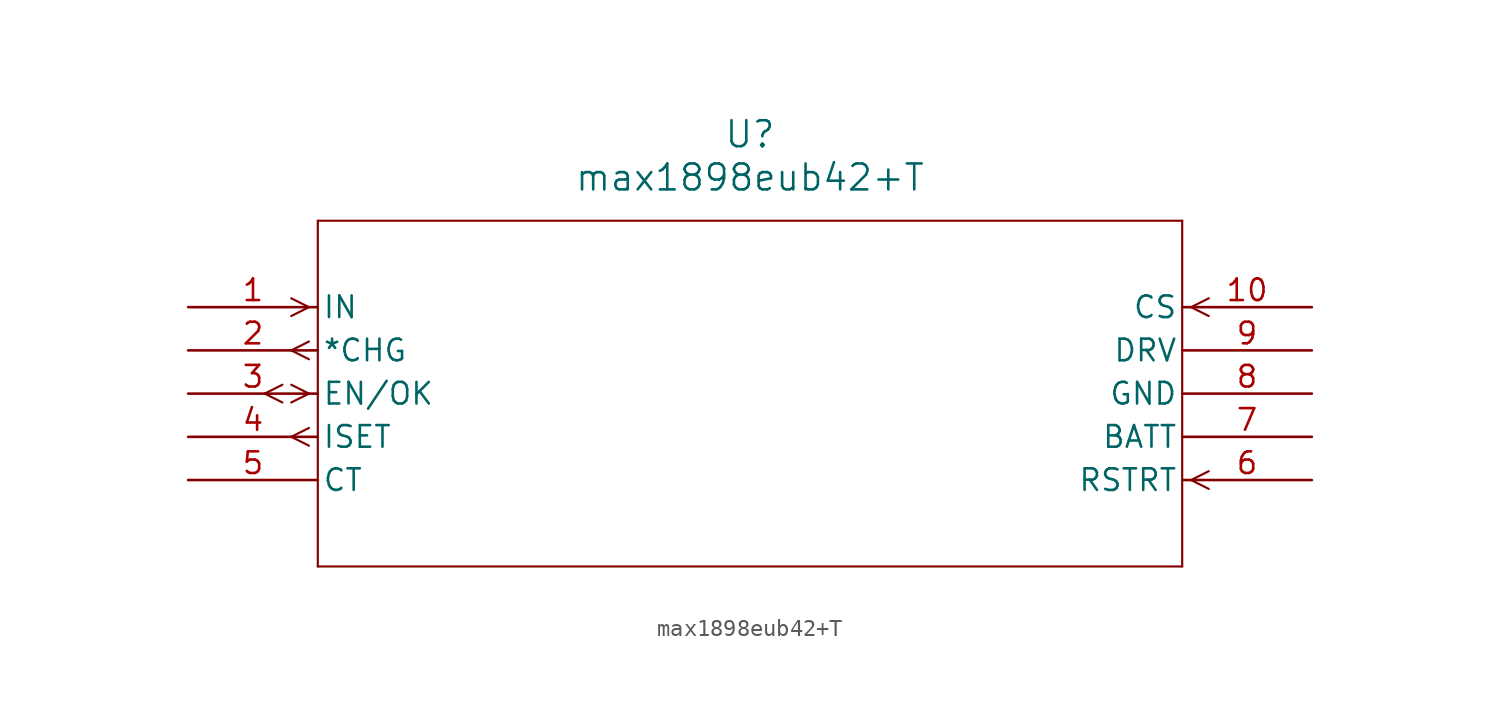
<source format=kicad_sym>
(kicad_symbol_lib
  (version 20211014)
  (generator kicad_symbol_editor)
  (symbol "max1898eub42+T"
    (pin_names
      (offset 0.254))
    (property "Reference" "U"
      (at 33.02 10.16 0)
      (effects (font (size 1.524 1.524))))
    (property "Value" "max1898eub42+T"
      (at 33.02 7.62 0)
      (effects (font (size 1.524 1.524))))
    (symbol "max1898eub42+T_0_1"
      (polyline (pts (xy 7.099 0) (xy 6.058 0.521)) (stroke (width 0.127) (type default) (color 0 0 0 0)) (fill (type none)))
      (polyline (pts (xy 7.099 0) (xy 6.058 -0.521)) (stroke (width 0.127) (type default) (color 0 0 0 0)) (fill (type none)))
      (polyline (pts (xy 7.099 -2.019) (xy 6.058 -2.54)) (stroke (width 0.127) (type default) (color 0 0 0 0)) (fill (type none)))
      (polyline (pts (xy 7.099 -3.061) (xy 6.058 -2.54)) (stroke (width 0.127) (type default) (color 0 0 0 0)) (fill (type none)))
      (polyline (pts (xy 7.099 -5.08) (xy 6.058 -4.559)) (stroke (width 0.127) (type default) (color 0 0 0 0)) (fill (type none)))
      (polyline (pts (xy 7.099 -5.08) (xy 6.058 -5.601)) (stroke (width 0.127) (type default) (color 0 0 0 0)) (fill (type none)))
      (polyline (pts (xy 5.537 -4.559) (xy 4.496 -5.08)) (stroke (width 0.127) (type default) (color 0 0 0 0)) (fill (type none)))
      (polyline (pts (xy 5.537 -5.601) (xy 4.496 -5.08)) (stroke (width 0.127) (type default) (color 0 0 0 0)) (fill (type none)))
      (polyline (pts (xy 7.099 -7.099) (xy 6.058 -7.62)) (stroke (width 0.127) (type default) (color 0 0 0 0)) (fill (type none)))
      (polyline (pts (xy 7.099 -8.141) (xy 6.058 -7.62)) (stroke (width 0.127) (type default) (color 0 0 0 0)) (fill (type none)))
      (polyline (pts (xy 58.941 -10.16) (xy 59.982 -9.639)) (stroke (width 0.127) (type default) (color 0 0 0 0)) (fill (type none)))
      (polyline (pts (xy 58.941 -10.16) (xy 59.982 -10.681)) (stroke (width 0.127) (type default) (color 0 0 0 0)) (fill (type none)))
      (polyline (pts (xy 58.941 0) (xy 59.982 0.521)) (stroke (width 0.127) (type default) (color 0 0 0 0)) (fill (type none)))
      (polyline (pts (xy 58.941 0) (xy 59.982 -0.521)) (stroke (width 0.127) (type default) (color 0 0 0 0)) (fill (type none)))
      (polyline (pts (xy 7.62 5.08) (xy 7.62 -15.24)) (stroke (width 0.127) (type default) (color 0 0 0 0)) (fill (type none)))
      (polyline (pts (xy 7.62 -15.24) (xy 58.42 -15.24)) (stroke (width 0.127) (type default) (color 0 0 0 0)) (fill (type none)))
      (polyline (pts (xy 58.42 -15.24) (xy 58.42 5.08)) (stroke (width 0.127) (type default) (color 0 0 0 0)) (fill (type none)))
      (polyline (pts (xy 58.42 5.08) (xy 7.62 5.08)) (stroke (width 0.127) (type default) (color 0 0 0 0)) (fill (type none)))
      (pin input line (at 0 0 0) (length 7.62) (name "IN" (effects (font (size 1.27 1.27)))) (number "1" (effects (font (size 1.27 1.27)))))
      (pin output line (at 0 -2.54 0) (length 7.62) (name "*CHG" (effects (font (size 1.27 1.27)))) (number "2" (effects (font (size 1.27 1.27)))))
      (pin bidirectional line (at 0 -5.08 0) (length 7.62) (name "EN/OK" (effects (font (size 1.27 1.27)))) (number "3" (effects (font (size 1.27 1.27)))))
      (pin output line (at 0 -7.62 0) (length 7.62) (name "ISET" (effects (font (size 1.27 1.27)))) (number "4" (effects (font (size 1.27 1.27)))))
      (pin unspecified line (at 0 -10.16 0) (length 7.62) (name "CT" (effects (font (size 1.27 1.27)))) (number "5" (effects (font (size 1.27 1.27)))))
      (pin input line (at 66.04 -10.16 180) (length 7.62) (name "RSTRT" (effects (font (size 1.27 1.27)))) (number "6" (effects (font (size 1.27 1.27)))))
      (pin power_in line (at 66.04 -7.62 180) (length 7.62) (name "BATT" (effects (font (size 1.27 1.27)))) (number "7" (effects (font (size 1.27 1.27)))))
      (pin power_in line (at 66.04 -5.08 180) (length 7.62) (name "GND" (effects (font (size 1.27 1.27)))) (number "8" (effects (font (size 1.27 1.27)))))
      (pin unspecified line (at 66.04 -2.54 180) (length 7.62) (name "DRV" (effects (font (size 1.27 1.27)))) (number "9" (effects (font (size 1.27 1.27)))))
      (pin input line (at 66.04 0 180) (length 7.62) (name "CS" (effects (font (size 1.27 1.27)))) (number "10" (effects (font (size 1.27 1.27))))))))
</source>
